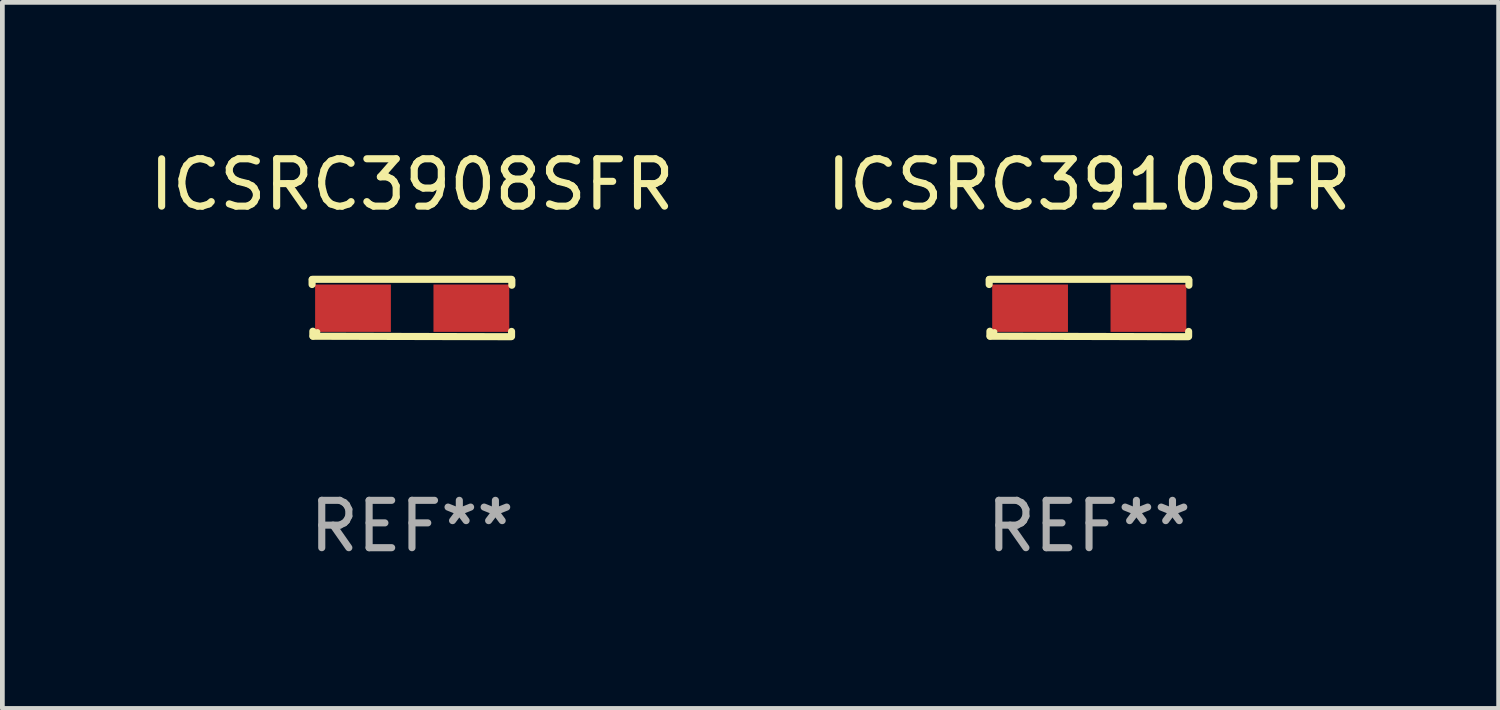
<source format=kicad_pcb>
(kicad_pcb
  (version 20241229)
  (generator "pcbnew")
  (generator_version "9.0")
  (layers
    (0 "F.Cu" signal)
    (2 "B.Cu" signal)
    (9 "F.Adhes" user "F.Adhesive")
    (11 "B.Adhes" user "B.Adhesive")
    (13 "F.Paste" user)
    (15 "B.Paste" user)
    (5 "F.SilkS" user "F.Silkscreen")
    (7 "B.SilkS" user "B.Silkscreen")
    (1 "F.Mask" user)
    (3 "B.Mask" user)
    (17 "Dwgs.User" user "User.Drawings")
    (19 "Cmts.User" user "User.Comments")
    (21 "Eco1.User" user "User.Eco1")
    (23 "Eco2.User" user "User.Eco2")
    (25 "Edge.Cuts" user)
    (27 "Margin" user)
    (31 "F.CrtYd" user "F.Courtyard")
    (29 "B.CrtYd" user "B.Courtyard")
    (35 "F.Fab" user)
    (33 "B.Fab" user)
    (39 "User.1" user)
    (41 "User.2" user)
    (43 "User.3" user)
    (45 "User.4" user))
  (footprint "ICSRC3908SFR"
    (layer "F.Cu")
    (at 5.649 3.454)
    (property "Reference" "ICSRC3908SFR" (at 0 -2.606 0) (layer "F.SilkS") (effects (font (size 1 1) (thickness 0.15))))
    (attr through_hole)
    (fp_line (start -2.109 -0.6) (end -2.109 -0.496) (stroke (width 0.15) (type solid)) (layer "F.SilkS"))
    (fp_line (start -2.104 -0.606) (end 2.104 -0.606) (stroke (width 0.15) (type solid)) (layer "F.SilkS"))
    (fp_line (start -2.093 0.49) (end -2.093 0.594) (stroke (width 0.15) (type solid)) (layer "F.SilkS"))
    (fp_line (start -2.087 0.596) (end 2.093 0.606) (stroke (width 0.15) (type solid)) (layer "F.SilkS"))
    (fp_line (start 2.103 0.494) (end 2.103 0.598) (stroke (width 0.15) (type solid)) (layer "F.SilkS"))
    (fp_line (start 2.109 -0.586) (end 2.109 -0.481) (stroke (width 0.15) (type solid)) (layer "F.SilkS"))
    (fp_circle (center -1.995 0.504) (end -1.965 0.504) (stroke (width 0.06) (type solid)) (fill no) (layer "F.SilkS"))
    (fp_text user "REF**" (at 0 4.606 0) (layer "F.Fab") (effects (font (size 1 1) (thickness 0.15))))
    (pad "1" smd rect (at -1.245 0.004) (size 1.6 1) (layers "F.Cu" "F.Mask" "F.Paste"))
    (pad "2" smd rect (at 1.254 0.004) (size 1.6 1) (layers "F.Cu" "F.Mask" "F.Paste")))
  (footprint "ICSRC3910SFR"
    (layer "F.Cu")
    (at 19.946 3.454)
    (property "Reference" "ICSRC3910SFR" (at 0 -2.606 0) (layer "F.SilkS") (effects (font (size 1 1) (thickness 0.15))))
    (attr through_hole)
    (fp_line (start -2.109 -0.6) (end -2.109 -0.496) (stroke (width 0.15) (type solid)) (layer "F.SilkS"))
    (fp_line (start -2.104 -0.606) (end 2.104 -0.606) (stroke (width 0.15) (type solid)) (layer "F.SilkS"))
    (fp_line (start -2.093 0.49) (end -2.093 0.594) (stroke (width 0.15) (type solid)) (layer "F.SilkS"))
    (fp_line (start -2.087 0.596) (end 2.093 0.606) (stroke (width 0.15) (type solid)) (layer "F.SilkS"))
    (fp_line (start 2.103 0.494) (end 2.103 0.598) (stroke (width 0.15) (type solid)) (layer "F.SilkS"))
    (fp_line (start 2.109 -0.586) (end 2.109 -0.481) (stroke (width 0.15) (type solid)) (layer "F.SilkS"))
    (fp_circle (center -1.995 0.504) (end -1.965 0.504) (stroke (width 0.06) (type solid)) (fill no) (layer "F.SilkS"))
    (fp_text user "REF**" (at 0 4.606 0) (layer "F.Fab") (effects (font (size 1 1) (thickness 0.15))))
    (pad "1" smd rect (at -1.245 0.004) (size 1.6 1) (layers "F.Cu" "F.Mask" "F.Paste"))
    (pad "2" smd rect (at 1.254 0.004) (size 1.6 1) (layers "F.Cu" "F.Mask" "F.Paste")))
  (gr_rect
    (start -3 -3)
    (end 28.595 11.909)
    (stroke (width 0.1) (type default))
    (fill no)
    (layer "Edge.Cuts")))
</source>
